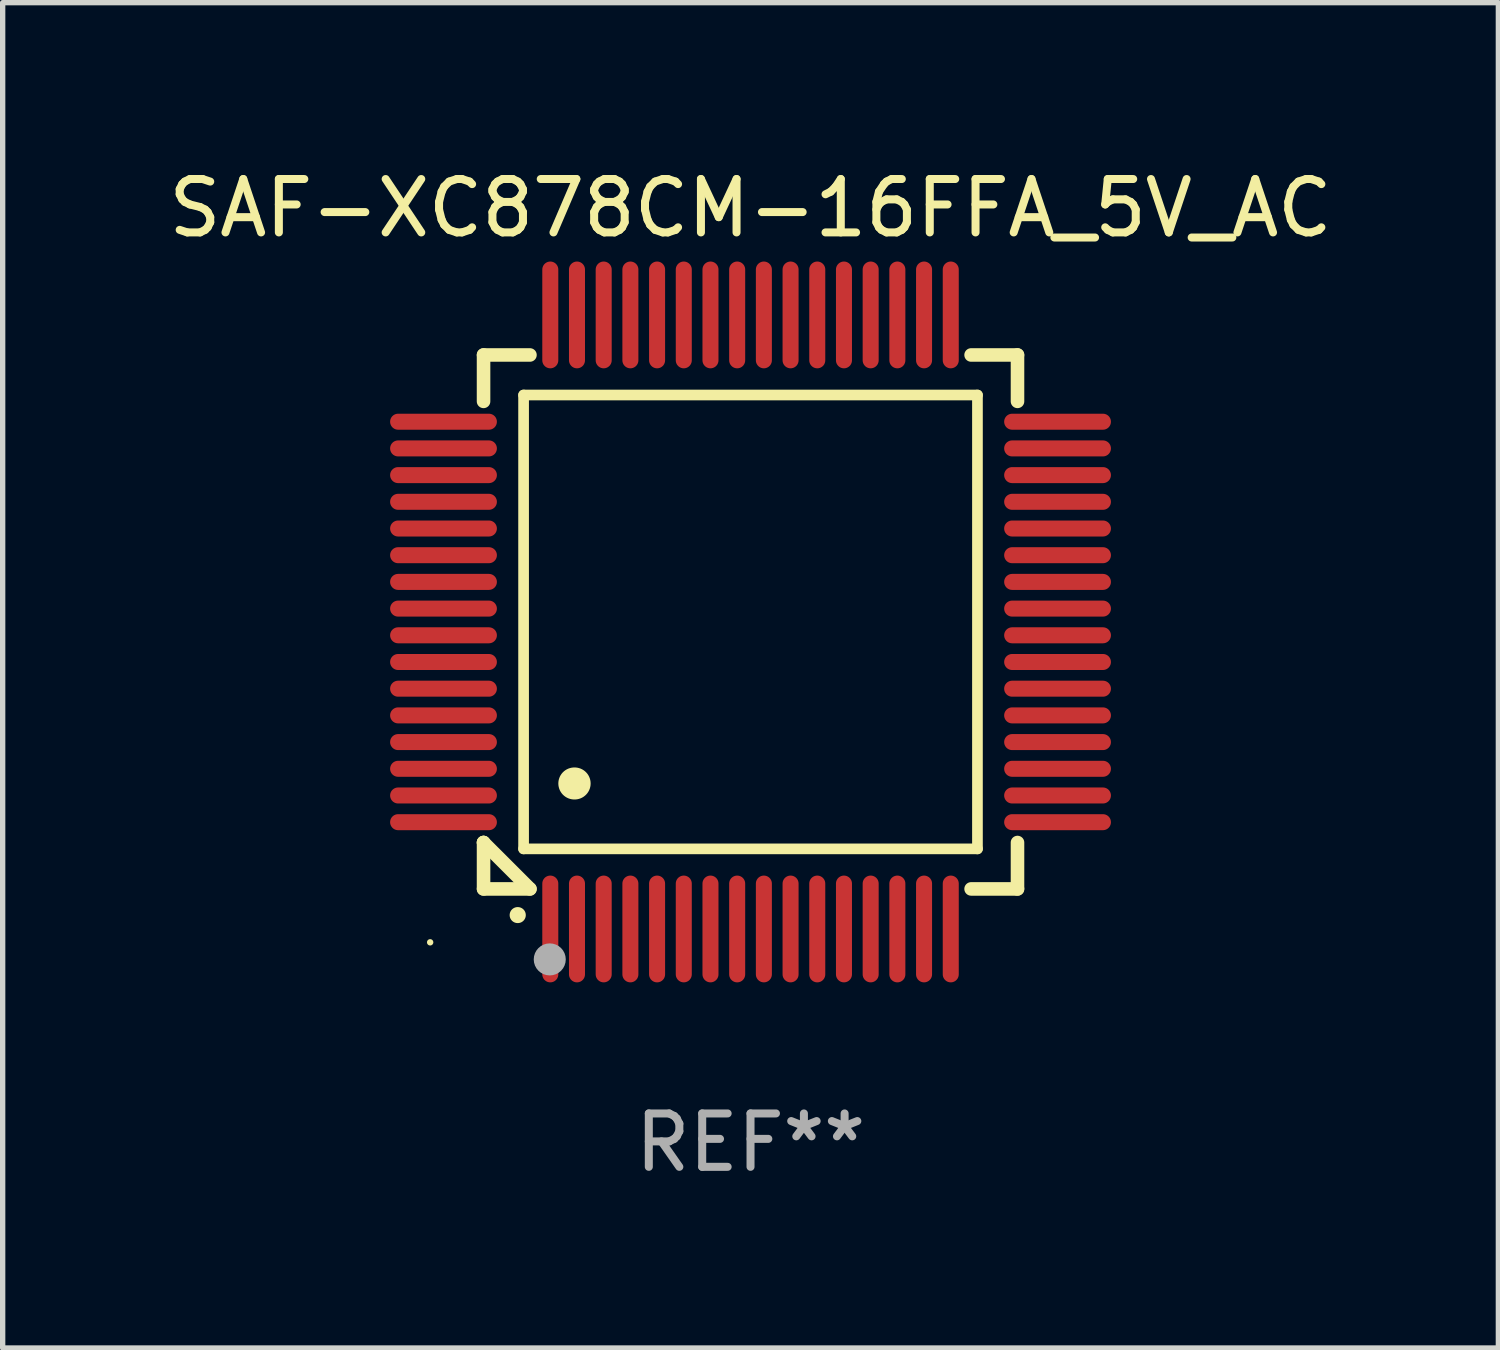
<source format=kicad_pcb>
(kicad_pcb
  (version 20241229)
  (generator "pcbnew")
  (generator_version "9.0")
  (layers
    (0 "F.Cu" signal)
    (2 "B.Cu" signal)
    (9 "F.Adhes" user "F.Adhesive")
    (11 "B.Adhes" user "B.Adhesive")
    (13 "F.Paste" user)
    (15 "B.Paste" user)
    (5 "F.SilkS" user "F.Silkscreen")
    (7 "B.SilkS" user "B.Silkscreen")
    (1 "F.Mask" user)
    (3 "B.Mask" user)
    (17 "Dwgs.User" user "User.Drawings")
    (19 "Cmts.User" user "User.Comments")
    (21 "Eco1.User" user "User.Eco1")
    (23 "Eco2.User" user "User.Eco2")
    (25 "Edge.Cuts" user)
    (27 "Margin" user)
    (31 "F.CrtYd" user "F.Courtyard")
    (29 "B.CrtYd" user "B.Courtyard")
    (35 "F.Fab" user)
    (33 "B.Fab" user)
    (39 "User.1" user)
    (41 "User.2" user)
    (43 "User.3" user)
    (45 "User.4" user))
  (footprint "SAF-XC878CM-16FFA_5V_AC"
    (layer "F.Cu")
    (at 11.006 8.598)
    (property "Reference" "SAF-XC878CM-16FFA_5V_AC" (at 0 -7.75 0) (layer "F.SilkS") (effects (font (size 1 1) (thickness 0.15))))
    (attr through_hole)
    (fp_line (start -5 -5) (end -4.131 -5) (stroke (width 0.254) (type solid)) (layer "F.SilkS"))
    (fp_line (start -5 -4.131) (end -5 -5) (stroke (width 0.254) (type solid)) (layer "F.SilkS"))
    (fp_line (start -5 4.131) (end -5 4.131) (stroke (width 0.254) (type solid)) (layer "F.SilkS"))
    (fp_line (start -5 5) (end -5 4.131) (stroke (width 0.254) (type solid)) (layer "F.SilkS"))
    (fp_line (start -5 4.131) (end -4.131 5) (stroke (width 0.254) (type solid)) (layer "F.SilkS"))
    (fp_line (start -4.25 -4.25) (end -4.25 4.25) (stroke (width 0.2) (type solid)) (layer "F.SilkS"))
    (fp_line (start -4.25 4.25) (end 4.25 4.25) (stroke (width 0.2) (type solid)) (layer "F.SilkS"))
    (fp_line (start -4.131 5) (end -5 5) (stroke (width 0.254) (type solid)) (layer "F.SilkS"))
    (fp_line (start 4.25 -4.25) (end -4.25 -4.25) (stroke (width 0.2) (type solid)) (layer "F.SilkS"))
    (fp_line (start 4.25 4.25) (end 4.25 -4.25) (stroke (width 0.2) (type solid)) (layer "F.SilkS"))
    (fp_line (start 5 -5) (end 4.131 -5) (stroke (width 0.254) (type solid)) (layer "F.SilkS"))
    (fp_line (start 5 -5) (end 5 -4.131) (stroke (width 0.254) (type solid)) (layer "F.SilkS"))
    (fp_line (start 5 4.131) (end 5 5) (stroke (width 0.254) (type solid)) (layer "F.SilkS"))
    (fp_line (start 5 5) (end 4.131 5) (stroke (width 0.254) (type solid)) (layer "F.SilkS"))
    (fp_arc (start -4.361265 5.489992) (mid -4.359995 5.489987) (end -4.358725 5.489992) (stroke (width 0.3) (type solid)) (layer "F.SilkS"))
    (fp_arc (start -3.299467 3.025146) (mid -3.296927 3.025135) (end -3.294387 3.025146) (stroke (width 0.6) (type solid)) (layer "F.SilkS"))
    (fp_circle (center -6 6) (end -5.97 6) (stroke (width 0.06) (type solid)) (fill no) (layer "F.SilkS"))
    (fp_circle (center -3.76 6.32) (end -3.61 6.32) (stroke (width 0.3) (type solid)) (fill no) (layer "F.Fab"))
    (fp_text user "REF**" (at 0 9.75 0) (layer "F.Fab") (effects (font (size 1 1) (thickness 0.15))))
    (pad "1" smd oval (at -3.75 5.75) (size 0.3 2) (layers "F.Cu" "F.Mask" "F.Paste"))
    (pad "2" smd oval (at -3.25 5.75) (size 0.3 2) (layers "F.Cu" "F.Mask" "F.Paste"))
    (pad "3" smd oval (at -2.75 5.75) (size 0.3 2) (layers "F.Cu" "F.Mask" "F.Paste"))
    (pad "4" smd oval (at -2.25 5.75) (size 0.3 2) (layers "F.Cu" "F.Mask" "F.Paste"))
    (pad "5" smd oval (at -1.75 5.75) (size 0.3 2) (layers "F.Cu" "F.Mask" "F.Paste"))
    (pad "6" smd oval (at -1.25 5.75) (size 0.3 2) (layers "F.Cu" "F.Mask" "F.Paste"))
    (pad "7" smd oval (at -0.75 5.75) (size 0.3 2) (layers "F.Cu" "F.Mask" "F.Paste"))
    (pad "8" smd oval (at -0.25 5.75) (size 0.3 2) (layers "F.Cu" "F.Mask" "F.Paste"))
    (pad "9" smd oval (at 0.25 5.75) (size 0.3 2) (layers "F.Cu" "F.Mask" "F.Paste"))
    (pad "10" smd oval (at 0.75 5.75) (size 0.3 2) (layers "F.Cu" "F.Mask" "F.Paste"))
    (pad "11" smd oval (at 1.25 5.75) (size 0.3 2) (layers "F.Cu" "F.Mask" "F.Paste"))
    (pad "12" smd oval (at 1.75 5.75) (size 0.3 2) (layers "F.Cu" "F.Mask" "F.Paste"))
    (pad "13" smd oval (at 2.25 5.75) (size 0.3 2) (layers "F.Cu" "F.Mask" "F.Paste"))
    (pad "14" smd oval (at 2.75 5.75) (size 0.3 2) (layers "F.Cu" "F.Mask" "F.Paste"))
    (pad "15" smd oval (at 3.25 5.75) (size 0.3 2) (layers "F.Cu" "F.Mask" "F.Paste"))
    (pad "16" smd oval (at 3.75 5.75) (size 0.3 2) (layers "F.Cu" "F.Mask" "F.Paste"))
    (pad "17" smd oval (at 5.75 3.75) (size 2 0.3) (layers "F.Cu" "F.Mask" "F.Paste"))
    (pad "18" smd oval (at 5.75 3.25) (size 2 0.3) (layers "F.Cu" "F.Mask" "F.Paste"))
    (pad "19" smd oval (at 5.75 2.75) (size 2 0.3) (layers "F.Cu" "F.Mask" "F.Paste"))
    (pad "20" smd oval (at 5.75 2.25) (size 2 0.3) (layers "F.Cu" "F.Mask" "F.Paste"))
    (pad "21" smd oval (at 5.75 1.75) (size 2 0.3) (layers "F.Cu" "F.Mask" "F.Paste"))
    (pad "22" smd oval (at 5.75 1.25) (size 2 0.3) (layers "F.Cu" "F.Mask" "F.Paste"))
    (pad "23" smd oval (at 5.75 0.75) (size 2 0.3) (layers "F.Cu" "F.Mask" "F.Paste"))
    (pad "24" smd oval (at 5.75 0.25) (size 2 0.3) (layers "F.Cu" "F.Mask" "F.Paste"))
    (pad "25" smd oval (at 5.75 -0.25) (size 2 0.3) (layers "F.Cu" "F.Mask" "F.Paste"))
    (pad "26" smd oval (at 5.75 -0.75) (size 2 0.3) (layers "F.Cu" "F.Mask" "F.Paste"))
    (pad "27" smd oval (at 5.75 -1.25) (size 2 0.3) (layers "F.Cu" "F.Mask" "F.Paste"))
    (pad "28" smd oval (at 5.75 -1.75) (size 2 0.3) (layers "F.Cu" "F.Mask" "F.Paste"))
    (pad "29" smd oval (at 5.75 -2.25) (size 2 0.3) (layers "F.Cu" "F.Mask" "F.Paste"))
    (pad "30" smd oval (at 5.75 -2.75) (size 2 0.3) (layers "F.Cu" "F.Mask" "F.Paste"))
    (pad "31" smd oval (at 5.75 -3.25) (size 2 0.3) (layers "F.Cu" "F.Mask" "F.Paste"))
    (pad "32" smd oval (at 5.75 -3.75) (size 2 0.3) (layers "F.Cu" "F.Mask" "F.Paste"))
    (pad "33" smd oval (at 3.75 -5.75) (size 0.3 2) (layers "F.Cu" "F.Mask" "F.Paste"))
    (pad "34" smd oval (at 3.25 -5.75) (size 0.3 2) (layers "F.Cu" "F.Mask" "F.Paste"))
    (pad "35" smd oval (at 2.75 -5.75) (size 0.3 2) (layers "F.Cu" "F.Mask" "F.Paste"))
    (pad "36" smd oval (at 2.25 -5.75) (size 0.3 2) (layers "F.Cu" "F.Mask" "F.Paste"))
    (pad "37" smd oval (at 1.75 -5.75) (size 0.3 2) (layers "F.Cu" "F.Mask" "F.Paste"))
    (pad "38" smd oval (at 1.25 -5.75) (size 0.3 2) (layers "F.Cu" "F.Mask" "F.Paste"))
    (pad "39" smd oval (at 0.75 -5.75) (size 0.3 2) (layers "F.Cu" "F.Mask" "F.Paste"))
    (pad "40" smd oval (at 0.25 -5.75) (size 0.3 2) (layers "F.Cu" "F.Mask" "F.Paste"))
    (pad "41" smd oval (at -0.25 -5.75) (size 0.3 2) (layers "F.Cu" "F.Mask" "F.Paste"))
    (pad "42" smd oval (at -0.75 -5.75) (size 0.3 2) (layers "F.Cu" "F.Mask" "F.Paste"))
    (pad "43" smd oval (at -1.25 -5.75) (size 0.3 2) (layers "F.Cu" "F.Mask" "F.Paste"))
    (pad "44" smd oval (at -1.75 -5.75) (size 0.3 2) (layers "F.Cu" "F.Mask" "F.Paste"))
    (pad "45" smd oval (at -2.25 -5.75) (size 0.3 2) (layers "F.Cu" "F.Mask" "F.Paste"))
    (pad "46" smd oval (at -2.75 -5.75) (size 0.3 2) (layers "F.Cu" "F.Mask" "F.Paste"))
    (pad "47" smd oval (at -3.25 -5.75) (size 0.3 2) (layers "F.Cu" "F.Mask" "F.Paste"))
    (pad "48" smd oval (at -3.75 -5.75) (size 0.3 2) (layers "F.Cu" "F.Mask" "F.Paste"))
    (pad "49" smd oval (at -5.75 -3.75) (size 2 0.3) (layers "F.Cu" "F.Mask" "F.Paste"))
    (pad "50" smd oval (at -5.75 -3.25) (size 2 0.3) (layers "F.Cu" "F.Mask" "F.Paste"))
    (pad "51" smd oval (at -5.75 -2.75) (size 2 0.3) (layers "F.Cu" "F.Mask" "F.Paste"))
    (pad "52" smd oval (at -5.75 -2.25) (size 2 0.3) (layers "F.Cu" "F.Mask" "F.Paste"))
    (pad "53" smd oval (at -5.75 -1.75) (size 2 0.3) (layers "F.Cu" "F.Mask" "F.Paste"))
    (pad "54" smd oval (at -5.75 -1.25) (size 2 0.3) (layers "F.Cu" "F.Mask" "F.Paste"))
    (pad "55" smd oval (at -5.75 -0.75) (size 2 0.3) (layers "F.Cu" "F.Mask" "F.Paste"))
    (pad "56" smd oval (at -5.75 -0.25) (size 2 0.3) (layers "F.Cu" "F.Mask" "F.Paste"))
    (pad "57" smd oval (at -5.75 0.25) (size 2 0.3) (layers "F.Cu" "F.Mask" "F.Paste"))
    (pad "58" smd oval (at -5.75 0.75) (size 2 0.3) (layers "F.Cu" "F.Mask" "F.Paste"))
    (pad "59" smd oval (at -5.75 1.25) (size 2 0.3) (layers "F.Cu" "F.Mask" "F.Paste"))
    (pad "60" smd oval (at -5.75 1.75) (size 2 0.3) (layers "F.Cu" "F.Mask" "F.Paste"))
    (pad "61" smd oval (at -5.75 2.25) (size 2 0.3) (layers "F.Cu" "F.Mask" "F.Paste"))
    (pad "62" smd oval (at -5.75 2.75) (size 2 0.3) (layers "F.Cu" "F.Mask" "F.Paste"))
    (pad "63" smd oval (at -5.75 3.25) (size 2 0.3) (layers "F.Cu" "F.Mask" "F.Paste"))
    (pad "64" smd oval (at -5.75 3.75) (size 2 0.3) (layers "F.Cu" "F.Mask" "F.Paste")))
  (gr_rect
    (start -3 -3)
    (end 25.012 22.196)
    (stroke (width 0.1) (type default))
    (fill no)
    (layer "Edge.Cuts")))
</source>
